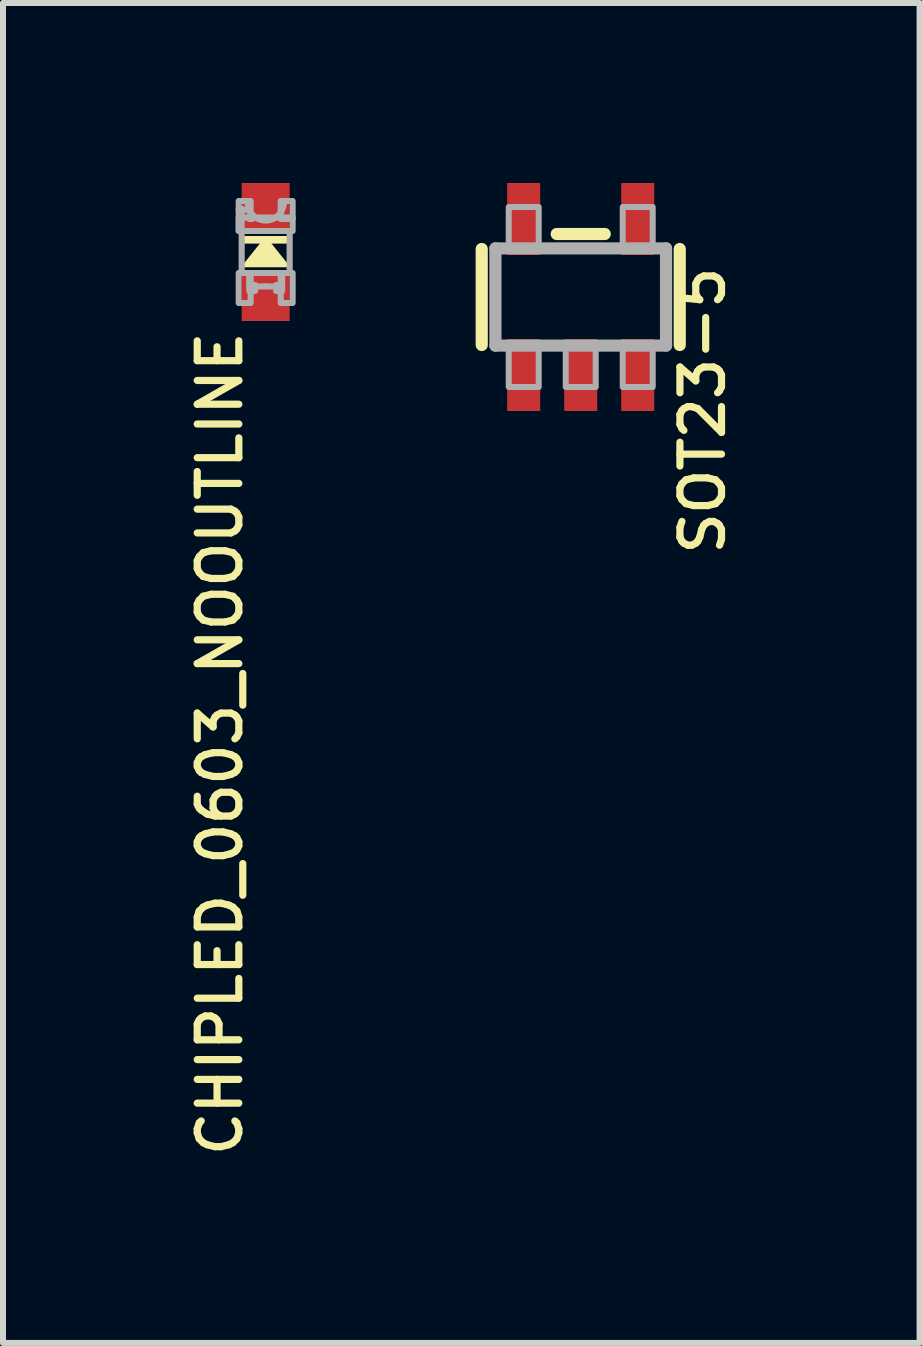
<source format=kicad_pcb>
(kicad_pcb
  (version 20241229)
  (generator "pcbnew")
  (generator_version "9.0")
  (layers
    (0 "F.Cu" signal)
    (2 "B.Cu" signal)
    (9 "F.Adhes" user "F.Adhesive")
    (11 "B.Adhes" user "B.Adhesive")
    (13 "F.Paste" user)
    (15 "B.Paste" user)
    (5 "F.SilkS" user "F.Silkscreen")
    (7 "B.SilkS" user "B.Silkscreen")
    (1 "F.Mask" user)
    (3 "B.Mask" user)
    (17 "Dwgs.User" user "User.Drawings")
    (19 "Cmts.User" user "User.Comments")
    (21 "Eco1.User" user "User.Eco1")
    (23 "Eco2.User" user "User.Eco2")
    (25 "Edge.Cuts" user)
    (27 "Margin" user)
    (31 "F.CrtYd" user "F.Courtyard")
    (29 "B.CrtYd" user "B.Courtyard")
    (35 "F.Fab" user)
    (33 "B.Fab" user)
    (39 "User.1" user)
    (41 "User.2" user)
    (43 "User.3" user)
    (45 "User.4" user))
  (footprint "SOT23-5"
    (layer "F.Cu")
    (at 6.629 1.9)
    (property "Reference" "SOT23-5" (at 2.032 -0.562 90) (layer "F.SilkS") (effects (font (size 0.693 0.693) (thickness 0.12)) (justify right)))
    (fp_line (start -1.65 -0.8) (end -1.65 0.8) (stroke (width 0.203) (type solid)) (layer "F.SilkS"))
    (fp_line (start -0.4 -1.05) (end 0.4 -1.05) (stroke (width 0.203) (type solid)) (layer "F.SilkS"))
    (fp_line (start 1.65 -0.8) (end 1.65 0.8) (stroke (width 0.203) (type solid)) (layer "F.SilkS"))
    (fp_line (start -1.422 -0.81) (end 1.422 -0.81) (stroke (width 0.203) (type solid)) (layer "F.Fab"))
    (fp_line (start -1.422 0.81) (end -1.422 -0.81) (stroke (width 0.203) (type solid)) (layer "F.Fab"))
    (fp_line (start 1.422 -0.81) (end 1.422 0.81) (stroke (width 0.203) (type solid)) (layer "F.Fab"))
    (fp_line (start 1.422 0.81) (end -1.422 0.81) (stroke (width 0.203) (type solid)) (layer "F.Fab"))
    (fp_poly (pts (xy -1.2 -0.85) (xy -0.7 -0.85) (xy -0.7 -1.5) (xy -1.2 -1.5)) (stroke (width 0.1) (type default)) (fill no) (layer "F.Fab"))
    (fp_poly (pts (xy -1.2 1.5) (xy -0.7 1.5) (xy -0.7 0.85) (xy -1.2 0.85)) (stroke (width 0.1) (type default)) (fill no) (layer "F.Fab"))
    (fp_poly (pts (xy -0.25 1.5) (xy 0.25 1.5) (xy 0.25 0.85) (xy -0.25 0.85)) (stroke (width 0.1) (type default)) (fill no) (layer "F.Fab"))
    (fp_poly (pts (xy 0.7 -0.85) (xy 1.2 -0.85) (xy 1.2 -1.5) (xy 0.7 -1.5)) (stroke (width 0.1) (type default)) (fill no) (layer "F.Fab"))
    (fp_poly (pts (xy 0.7 1.5) (xy 1.2 1.5) (xy 1.2 0.85) (xy 0.7 0.85)) (stroke (width 0.1) (type default)) (fill no) (layer "F.Fab"))
    (pad "1" smd rect (at -0.95 1.3) (size 0.55 1.2) (layers "F.Cu" "F.Mask" "F.Paste"))
    (pad "2" smd rect (at 0 1.3) (size 0.55 1.2) (layers "F.Cu" "F.Mask" "F.Paste"))
    (pad "3" smd rect (at 0.95 1.3) (size 0.55 1.2) (layers "F.Cu" "F.Mask" "F.Paste"))
    (pad "4" smd rect (at 0.95 -1.3) (size 0.55 1.2) (layers "F.Cu" "F.Mask" "F.Paste"))
    (pad "5" smd rect (at -0.95 -1.3) (size 0.55 1.2) (layers "F.Cu" "F.Mask" "F.Paste")))
  (footprint "CHIPLED_0603_NOOUTLINE"
    (layer "F.Cu")
    (at 1.378 1.15)
    (property "Reference" "CHIPLED_0603_NOOUTLINE" (at -0.762 1.27 270) (layer "F.SilkS") (effects (font (size 0.693 0.693) (thickness 0.12)) (justify right)))
    (fp_poly (pts (xy 0.413 0.254) (xy -0.413 0.254) (xy 0 -0.262)) (stroke (width 0) (type default)) (fill yes) (layer "F.SilkS"))
    (fp_poly (pts (xy -0.381 -0.14) (xy 0.381 -0.14) (xy 0.381 -0.267) (xy -0.381 -0.267)) (stroke (width 0) (type default)) (fill yes) (layer "F.SilkS"))
    (fp_line (start -0.4 -0.375) (end -0.4 0.35) (stroke (width 0.102) (type solid)) (layer "F.Fab"))
    (fp_line (start 0.4 -0.35) (end 0.4 0.35) (stroke (width 0.102) (type solid)) (layer "F.Fab"))
    (fp_arc (start -0.275 0.825) (mid 0 0.55) (end 0.275 0.825) (stroke (width 0.0508) (type solid)) (layer "F.Fab"))
    (fp_arc (start 0.3 -0.799998) (mid -0.000001 -0.524967) (end -0.3 -0.8) (stroke (width 0.1016) (type solid)) (layer "F.Fab"))
    (fp_circle (center -0.35 -0.625) (end -0.275 -0.625) (stroke (width 0.051) (type solid)) (fill no) (layer "F.Fab"))
    (fp_poly (pts (xy -0.45 -0.7) (xy -0.25 -0.7) (xy -0.25 -0.85) (xy -0.45 -0.85)) (stroke (width 0.1) (type default)) (fill no) (layer "F.Fab"))
    (fp_poly (pts (xy -0.45 -0.35) (xy -0.4 -0.35) (xy -0.4 -0.725) (xy -0.45 -0.725)) (stroke (width 0.1) (type default)) (fill no) (layer "F.Fab"))
    (fp_poly (pts (xy -0.45 -0.35) (xy 0.45 -0.35) (xy 0.45 -0.575) (xy -0.45 -0.575)) (stroke (width 0.1) (type default)) (fill no) (layer "F.Fab"))
    (fp_poly (pts (xy -0.45 0.85) (xy -0.25 0.85) (xy -0.25 0.35) (xy -0.45 0.35)) (stroke (width 0.1) (type default)) (fill no) (layer "F.Fab"))
    (fp_poly (pts (xy -0.275 -0.55) (xy -0.225 -0.55) (xy -0.225 -0.6) (xy -0.275 -0.6)) (stroke (width 0.1) (type default)) (fill no) (layer "F.Fab"))
    (fp_poly (pts (xy -0.275 0.575) (xy 0.275 0.575) (xy 0.275 0.35) (xy -0.275 0.35)) (stroke (width 0.1) (type default)) (fill no) (layer "F.Fab"))
    (fp_poly (pts (xy -0.275 0.65) (xy -0.175 0.65) (xy -0.175 0.55) (xy -0.275 0.55)) (stroke (width 0.1) (type default)) (fill no) (layer "F.Fab"))
    (fp_poly (pts (xy 0.175 0.65) (xy 0.275 0.65) (xy 0.275 0.55) (xy 0.175 0.55)) (stroke (width 0.1) (type default)) (fill no) (layer "F.Fab"))
    (fp_poly (pts (xy 0.25 -0.55) (xy 0.45 -0.55) (xy 0.45 -0.85) (xy 0.25 -0.85)) (stroke (width 0.1) (type default)) (fill no) (layer "F.Fab"))
    (fp_poly (pts (xy 0.25 0.85) (xy 0.45 0.85) (xy 0.45 0.35) (xy 0.25 0.35)) (stroke (width 0.1) (type default)) (fill no) (layer "F.Fab"))
    (pad "A" smd rect (at 0 0.75) (size 0.8 0.8) (layers "F.Cu" "F.Mask" "F.Paste"))
    (pad "C" smd rect (at 0 -0.75) (size 0.8 0.8) (layers "F.Cu" "F.Mask" "F.Paste")))
  (gr_rect
    (start -3 -3)
    (end 12.277 19.333)
    (stroke (width 0.1) (type default))
    (fill no)
    (layer "Edge.Cuts")))
</source>
